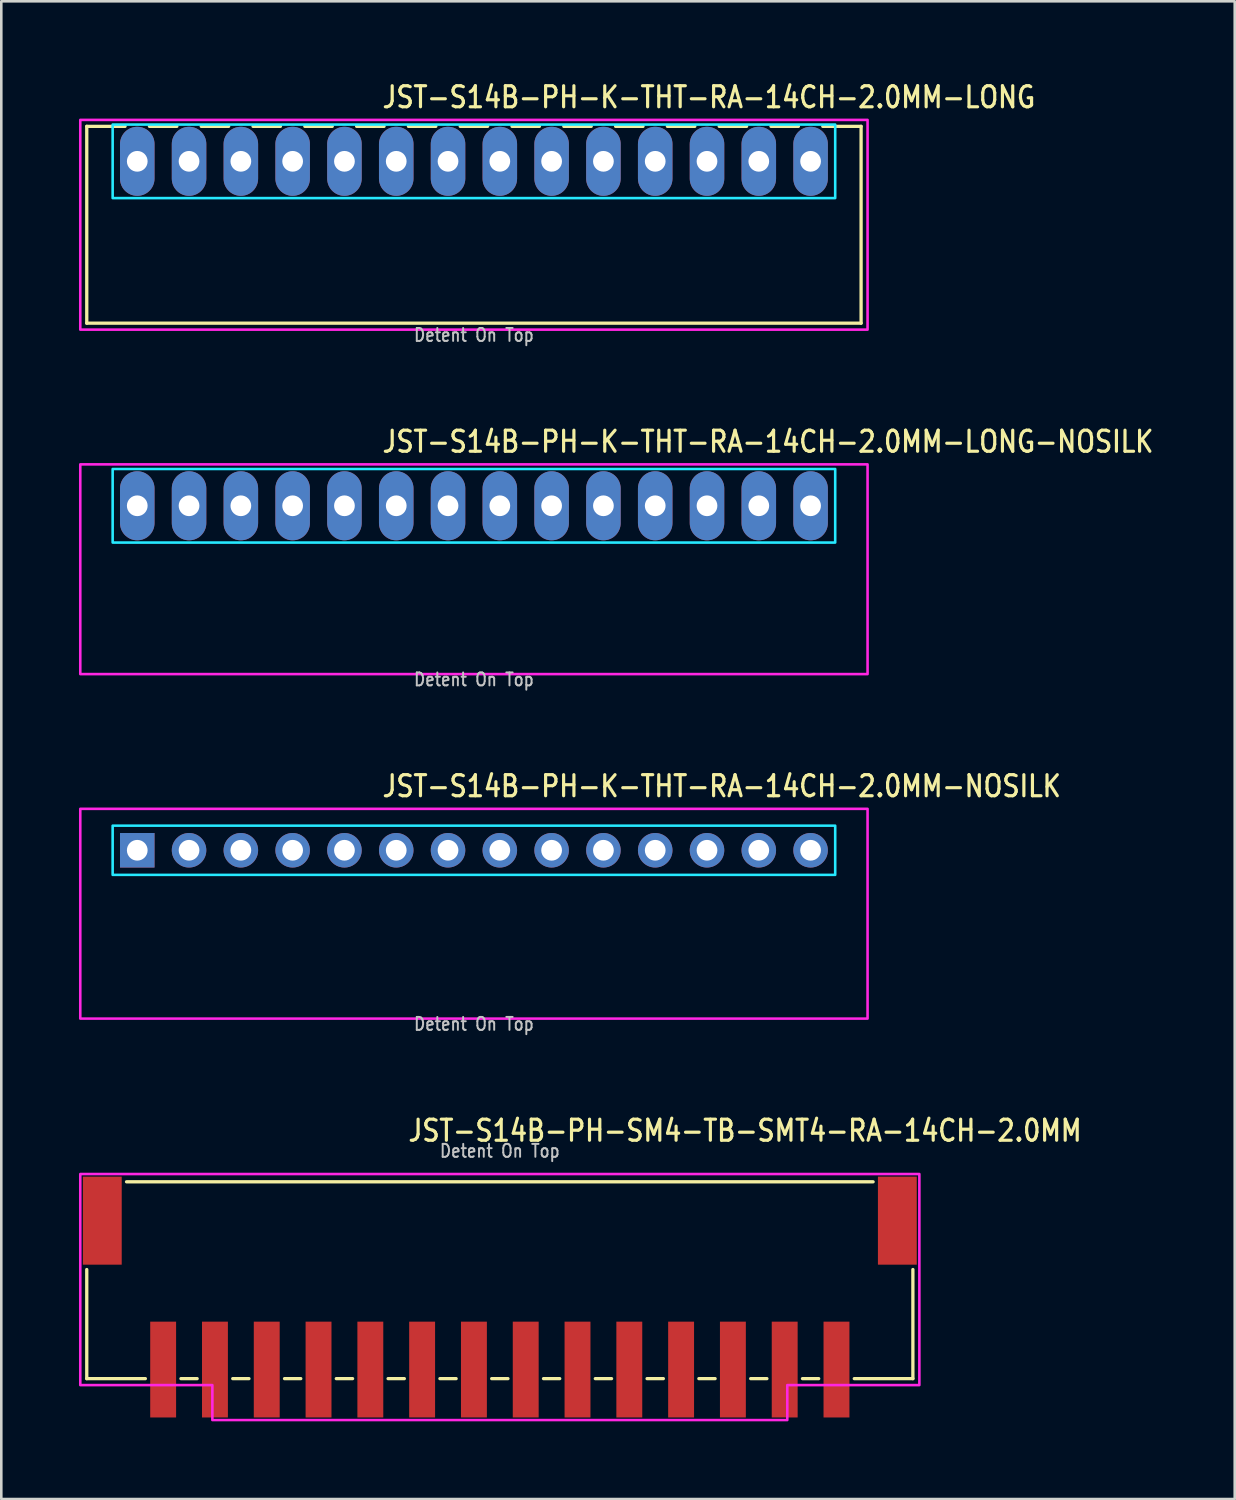
<source format=kicad_pcb>
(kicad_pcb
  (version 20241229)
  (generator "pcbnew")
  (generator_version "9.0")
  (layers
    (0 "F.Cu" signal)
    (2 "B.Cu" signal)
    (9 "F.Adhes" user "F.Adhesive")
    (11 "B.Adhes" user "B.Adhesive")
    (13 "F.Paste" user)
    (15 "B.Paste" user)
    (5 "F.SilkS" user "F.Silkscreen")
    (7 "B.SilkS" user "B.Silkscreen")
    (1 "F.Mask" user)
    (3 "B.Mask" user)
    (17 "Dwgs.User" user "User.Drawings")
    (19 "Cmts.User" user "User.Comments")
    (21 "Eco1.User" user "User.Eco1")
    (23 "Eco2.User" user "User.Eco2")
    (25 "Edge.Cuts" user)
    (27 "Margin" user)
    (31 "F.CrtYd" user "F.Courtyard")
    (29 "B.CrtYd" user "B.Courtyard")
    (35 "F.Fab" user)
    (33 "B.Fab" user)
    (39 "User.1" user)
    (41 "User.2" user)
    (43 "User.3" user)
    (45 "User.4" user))
  (footprint "JST-S14B-PH-K-THT-RA-14CH-2.0MM-NOSILK"
    (layer "F.Cu")
    (at 15.25 29.782)
    (property "Reference" "JST-S14B-PH-K-THT-RA-14CH-2.0MM-NOSILK" (at -3.6 -2 0) (unlocked yes) (layer "F.SilkS") (effects (font (size 0.813 0.695) (thickness 0.122)) (justify left bottom)))
    (fp_poly (pts (xy -13.95 -0.95) (xy -13.95 0.95) (xy 13.95 0.95) (xy 13.95 -0.95)) (stroke (width 0.1) (type solid)) (fill no) (layer "B.CrtYd"))
    (fp_poly (pts (xy -15.2 -1.6) (xy -15.2 6.5) (xy 15.2 6.5) (xy 15.2 -1.6)) (stroke (width 0.1) (type solid)) (fill no) (layer "F.CrtYd"))
    (fp_text user "Detent On Top" (at 0 7 0) (unlocked yes) (layer "Dwgs.User") (effects (font (size 0.5 0.427) (thickness 0.075)) (justify bottom)))
    (pad "1" thru_hole rect (at -13 0) (size 1.333 1.333) (drill 0.8) (layers "*.Cu" "*.Mask"))
    (pad "2" thru_hole oval (at -11 0) (size 1.333 1.333) (drill 0.8) (layers "*.Cu" "*.Mask"))
    (pad "3" thru_hole oval (at -9 0) (size 1.333 1.333) (drill 0.8) (layers "*.Cu" "*.Mask"))
    (pad "4" thru_hole oval (at -7 0) (size 1.333 1.333) (drill 0.8) (layers "*.Cu" "*.Mask"))
    (pad "5" thru_hole oval (at -5 0) (size 1.333 1.333) (drill 0.8) (layers "*.Cu" "*.Mask"))
    (pad "6" thru_hole oval (at -3 0) (size 1.333 1.333) (drill 0.8) (layers "*.Cu" "*.Mask"))
    (pad "7" thru_hole oval (at -1 0) (size 1.333 1.333) (drill 0.8) (layers "*.Cu" "*.Mask"))
    (pad "8" thru_hole oval (at 1 0) (size 1.333 1.333) (drill 0.8) (layers "*.Cu" "*.Mask"))
    (pad "9" thru_hole oval (at 3 0) (size 1.333 1.333) (drill 0.8) (layers "*.Cu" "*.Mask"))
    (pad "10" thru_hole oval (at 5 0) (size 1.333 1.333) (drill 0.8) (layers "*.Cu" "*.Mask"))
    (pad "11" thru_hole oval (at 7 0) (size 1.333 1.333) (drill 0.8) (layers "*.Cu" "*.Mask"))
    (pad "12" thru_hole oval (at 9 0) (size 1.333 1.333) (drill 0.8) (layers "*.Cu" "*.Mask"))
    (pad "13" thru_hole oval (at 11 0) (size 1.333 1.333) (drill 0.8) (layers "*.Cu" "*.Mask"))
    (pad "14" thru_hole oval (at 13 0) (size 1.333 1.333) (drill 0.8) (layers "*.Cu" "*.Mask")))
  (footprint "JST-S14B-PH-K-THT-RA-14CH-2.0MM-LONG"
    (layer "F.Cu")
    (at 15.25 3.179)
    (property "Reference" "JST-S14B-PH-K-THT-RA-14CH-2.0MM-LONG" (at -3.6 -2 0) (unlocked yes) (layer "F.SilkS") (effects (font (size 0.813 0.695) (thickness 0.122)) (justify left bottom)))
    (fp_line (start -14.95 -1.35) (end -13.471 -1.35) (stroke (width 0.127) (type solid)) (layer "F.SilkS"))
    (fp_line (start -14.95 6.25) (end -14.95 -1.35) (stroke (width 0.127) (type solid)) (layer "F.SilkS"))
    (fp_line (start -14.95 6.25) (end 14.95 6.25) (stroke (width 0.127) (type solid)) (layer "F.SilkS"))
    (fp_line (start -12.529 -1.35) (end -11.471 -1.35) (stroke (width 0.127) (type solid)) (layer "F.SilkS"))
    (fp_line (start -10.529 -1.35) (end -9.471 -1.35) (stroke (width 0.127) (type solid)) (layer "F.SilkS"))
    (fp_line (start -8.529 -1.35) (end -7.471 -1.35) (stroke (width 0.127) (type solid)) (layer "F.SilkS"))
    (fp_line (start -6.529 -1.35) (end -5.471 -1.35) (stroke (width 0.127) (type solid)) (layer "F.SilkS"))
    (fp_line (start -4.529 -1.35) (end -3.471 -1.35) (stroke (width 0.127) (type solid)) (layer "F.SilkS"))
    (fp_line (start -2.529 -1.35) (end -1.471 -1.35) (stroke (width 0.127) (type solid)) (layer "F.SilkS"))
    (fp_line (start -0.529 -1.35) (end 0.529 -1.35) (stroke (width 0.127) (type solid)) (layer "F.SilkS"))
    (fp_line (start 1.471 -1.35) (end 2.529 -1.35) (stroke (width 0.127) (type solid)) (layer "F.SilkS"))
    (fp_line (start 3.471 -1.35) (end 4.529 -1.35) (stroke (width 0.127) (type solid)) (layer "F.SilkS"))
    (fp_line (start 5.471 -1.35) (end 6.529 -1.35) (stroke (width 0.127) (type solid)) (layer "F.SilkS"))
    (fp_line (start 7.471 -1.35) (end 8.529 -1.35) (stroke (width 0.127) (type solid)) (layer "F.SilkS"))
    (fp_line (start 9.471 -1.35) (end 10.529 -1.35) (stroke (width 0.127) (type solid)) (layer "F.SilkS"))
    (fp_line (start 11.471 -1.35) (end 12.529 -1.35) (stroke (width 0.127) (type solid)) (layer "F.SilkS"))
    (fp_line (start 13.471 -1.35) (end 14.95 -1.35) (stroke (width 0.127) (type solid)) (layer "F.SilkS"))
    (fp_line (start 14.95 -1.35) (end 14.95 6.25) (stroke (width 0.127) (type solid)) (layer "F.SilkS"))
    (fp_poly (pts (xy -13.95 -1.42) (xy -13.95 1.42) (xy 13.95 1.42) (xy 13.95 -1.42)) (stroke (width 0.1) (type solid)) (fill no) (layer "B.CrtYd"))
    (fp_poly (pts (xy -15.2 -1.6) (xy -15.2 6.5) (xy 15.2 6.5) (xy 15.2 -1.6)) (stroke (width 0.1) (type solid)) (fill no) (layer "F.CrtYd"))
    (fp_text user "Detent On Top" (at 0 7 0) (unlocked yes) (layer "Dwgs.User") (effects (font (size 0.5 0.427) (thickness 0.075)) (justify bottom)))
    (pad "P$1" thru_hole oval (at -13 0 90) (size 2.667 1.333) (drill 0.8) (layers "*.Cu" "*.Mask"))
    (pad "P$2" thru_hole oval (at -11 0 90) (size 2.667 1.333) (drill 0.8) (layers "*.Cu" "*.Mask"))
    (pad "P$3" thru_hole oval (at -9 0 90) (size 2.667 1.333) (drill 0.8) (layers "*.Cu" "*.Mask"))
    (pad "P$4" thru_hole oval (at -7 0 90) (size 2.667 1.333) (drill 0.8) (layers "*.Cu" "*.Mask"))
    (pad "P$5" thru_hole oval (at -5 0 90) (size 2.667 1.333) (drill 0.8) (layers "*.Cu" "*.Mask"))
    (pad "P$6" thru_hole oval (at -3 0 90) (size 2.667 1.333) (drill 0.8) (layers "*.Cu" "*.Mask"))
    (pad "P$7" thru_hole oval (at -1 0 90) (size 2.667 1.333) (drill 0.8) (layers "*.Cu" "*.Mask"))
    (pad "P$8" thru_hole oval (at 1 0 90) (size 2.667 1.333) (drill 0.8) (layers "*.Cu" "*.Mask"))
    (pad "P$9" thru_hole oval (at 3 0 90) (size 2.667 1.333) (drill 0.8) (layers "*.Cu" "*.Mask"))
    (pad "P$10" thru_hole oval (at 5 0 90) (size 2.667 1.333) (drill 0.8) (layers "*.Cu" "*.Mask"))
    (pad "P$11" thru_hole oval (at 7 0 90) (size 2.667 1.333) (drill 0.8) (layers "*.Cu" "*.Mask"))
    (pad "P$12" thru_hole oval (at 9 0 90) (size 2.667 1.333) (drill 0.8) (layers "*.Cu" "*.Mask"))
    (pad "P$13" thru_hole oval (at 11 0 90) (size 2.667 1.333) (drill 0.8) (layers "*.Cu" "*.Mask"))
    (pad "P$14" thru_hole oval (at 13 0 90) (size 2.667 1.333) (drill 0.8) (layers "*.Cu" "*.Mask")))
  (footprint "JST-S14B-PH-SM4-TB-SMT4-RA-14CH-2.0MM"
    (layer "F.Cu")
    (at 16.25 44.084)
    (property "Reference" "JST-S14B-PH-SM4-TB-SMT4-RA-14CH-2.0MM" (at -3.6 -3 0) (unlocked yes) (layer "F.SilkS") (effects (font (size 0.813 0.695) (thickness 0.122)) (justify left bottom)))
    (fp_line (start -15.95 6.1) (end -15.95 1.887) (stroke (width 0.127) (type solid)) (layer "F.SilkS"))
    (fp_line (start -15.95 6.1) (end -13.687 6.1) (stroke (width 0.127) (type solid)) (layer "F.SilkS"))
    (fp_line (start -14.414 -1.5) (end 14.414 -1.5) (stroke (width 0.127) (type solid)) (layer "F.SilkS"))
    (fp_line (start -12.313 6.1) (end -11.687 6.1) (stroke (width 0.127) (type solid)) (layer "F.SilkS"))
    (fp_line (start -10.313 6.1) (end -9.687 6.1) (stroke (width 0.127) (type solid)) (layer "F.SilkS"))
    (fp_line (start -8.313 6.1) (end -7.686 6.1) (stroke (width 0.127) (type solid)) (layer "F.SilkS"))
    (fp_line (start -6.314 6.1) (end -5.686 6.1) (stroke (width 0.127) (type solid)) (layer "F.SilkS"))
    (fp_line (start -4.314 6.1) (end -3.687 6.1) (stroke (width 0.127) (type solid)) (layer "F.SilkS"))
    (fp_line (start -2.313 6.1) (end -1.687 6.1) (stroke (width 0.127) (type solid)) (layer "F.SilkS"))
    (fp_line (start -0.314 6.1) (end 0.314 6.1) (stroke (width 0.127) (type solid)) (layer "F.SilkS"))
    (fp_line (start 1.687 6.1) (end 2.313 6.1) (stroke (width 0.127) (type solid)) (layer "F.SilkS"))
    (fp_line (start 3.687 6.1) (end 4.314 6.1) (stroke (width 0.127) (type solid)) (layer "F.SilkS"))
    (fp_line (start 5.686 6.1) (end 6.314 6.1) (stroke (width 0.127) (type solid)) (layer "F.SilkS"))
    (fp_line (start 7.686 6.1) (end 8.313 6.1) (stroke (width 0.127) (type solid)) (layer "F.SilkS"))
    (fp_line (start 9.687 6.1) (end 10.313 6.1) (stroke (width 0.127) (type solid)) (layer "F.SilkS"))
    (fp_line (start 11.687 6.1) (end 12.313 6.1) (stroke (width 0.127) (type solid)) (layer "F.SilkS"))
    (fp_line (start 13.687 6.1) (end 15.95 6.1) (stroke (width 0.127) (type solid)) (layer "F.SilkS"))
    (fp_line (start 15.95 1.887) (end 15.95 6.1) (stroke (width 0.127) (type solid)) (layer "F.SilkS"))
    (fp_poly (pts (xy -16.2 -1.8) (xy -16.2 6.35) (xy -11.1 6.35) (xy -11.1 7.7) (xy 11.1 7.7) (xy 11.1 6.35) (xy 16.2 6.35) (xy 16.2 -1.8)) (stroke (width 0.1) (type solid)) (fill no) (layer "F.CrtYd"))
    (fp_text user "Detent On Top" (at 0 -2.4 0) (unlocked yes) (layer "Dwgs.User") (effects (font (size 0.5 0.427) (thickness 0.075)) (justify bottom)))
    (pad "1" smd rect (at 13 5.75) (size 1 3.7) (layers "F.Cu" "F.Mask" "F.Paste"))
    (pad "2" smd rect (at 11 5.75) (size 1 3.7) (layers "F.Cu" "F.Mask" "F.Paste"))
    (pad "3" smd rect (at 9 5.75) (size 1 3.7) (layers "F.Cu" "F.Mask" "F.Paste"))
    (pad "4" smd rect (at 7 5.75) (size 1 3.7) (layers "F.Cu" "F.Mask" "F.Paste"))
    (pad "5" smd rect (at 5 5.75) (size 1 3.7) (layers "F.Cu" "F.Mask" "F.Paste"))
    (pad "6" smd rect (at 3 5.75) (size 1 3.7) (layers "F.Cu" "F.Mask" "F.Paste"))
    (pad "7" smd rect (at 1 5.75) (size 1 3.7) (layers "F.Cu" "F.Mask" "F.Paste"))
    (pad "8" smd rect (at -1 5.75) (size 1 3.7) (layers "F.Cu" "F.Mask" "F.Paste"))
    (pad "9" smd rect (at -3 5.75) (size 1 3.7) (layers "F.Cu" "F.Mask" "F.Paste"))
    (pad "10" smd rect (at -5 5.75) (size 1 3.7) (layers "F.Cu" "F.Mask" "F.Paste"))
    (pad "11" smd rect (at -7 5.75) (size 1 3.7) (layers "F.Cu" "F.Mask" "F.Paste"))
    (pad "12" smd rect (at -9 5.75) (size 1 3.7) (layers "F.Cu" "F.Mask" "F.Paste"))
    (pad "13" smd rect (at -11 5.75) (size 1 3.7) (layers "F.Cu" "F.Mask" "F.Paste"))
    (pad "14" smd rect (at -13 5.75) (size 1 3.7) (layers "F.Cu" "F.Mask" "F.Paste"))
    (pad "S_1" smd rect (at -15.35 0) (size 1.5 3.4) (layers "F.Cu" "F.Mask" "F.Paste"))
    (pad "S_2" smd rect (at 15.35 0) (size 1.5 3.4) (layers "F.Cu" "F.Mask" "F.Paste")))
  (footprint "JST-S14B-PH-K-THT-RA-14CH-2.0MM-LONG-NOSILK"
    (layer "F.Cu")
    (at 15.25 16.48)
    (property "Reference" "JST-S14B-PH-K-THT-RA-14CH-2.0MM-LONG-NOSILK" (at -3.6 -2 0) (unlocked yes) (layer "F.SilkS") (effects (font (size 0.813 0.695) (thickness 0.122)) (justify left bottom)))
    (fp_poly (pts (xy -13.95 -1.42) (xy -13.95 1.42) (xy 13.95 1.42) (xy 13.95 -1.42)) (stroke (width 0.1) (type solid)) (fill no) (layer "B.CrtYd"))
    (fp_poly (pts (xy -15.2 -1.6) (xy -15.2 6.5) (xy 15.2 6.5) (xy 15.2 -1.6)) (stroke (width 0.1) (type solid)) (fill no) (layer "F.CrtYd"))
    (fp_text user "Detent On Top" (at 0 7 0) (unlocked yes) (layer "Dwgs.User") (effects (font (size 0.5 0.427) (thickness 0.075)) (justify bottom)))
    (pad "1" thru_hole oval (at -13 0 90) (size 2.667 1.333) (drill 0.8) (layers "*.Cu" "*.Mask"))
    (pad "2" thru_hole oval (at -11 0 90) (size 2.667 1.333) (drill 0.8) (layers "*.Cu" "*.Mask"))
    (pad "3" thru_hole oval (at -9 0 90) (size 2.667 1.333) (drill 0.8) (layers "*.Cu" "*.Mask"))
    (pad "4" thru_hole oval (at -7 0 90) (size 2.667 1.333) (drill 0.8) (layers "*.Cu" "*.Mask"))
    (pad "5" thru_hole oval (at -5 0 90) (size 2.667 1.333) (drill 0.8) (layers "*.Cu" "*.Mask"))
    (pad "6" thru_hole oval (at -3 0 90) (size 2.667 1.333) (drill 0.8) (layers "*.Cu" "*.Mask"))
    (pad "7" thru_hole oval (at -1 0 90) (size 2.667 1.333) (drill 0.8) (layers "*.Cu" "*.Mask"))
    (pad "8" thru_hole oval (at 1 0 90) (size 2.667 1.333) (drill 0.8) (layers "*.Cu" "*.Mask"))
    (pad "9" thru_hole oval (at 3 0 90) (size 2.667 1.333) (drill 0.8) (layers "*.Cu" "*.Mask"))
    (pad "10" thru_hole oval (at 5 0 90) (size 2.667 1.333) (drill 0.8) (layers "*.Cu" "*.Mask"))
    (pad "11" thru_hole oval (at 7 0 90) (size 2.667 1.333) (drill 0.8) (layers "*.Cu" "*.Mask"))
    (pad "12" thru_hole oval (at 9 0 90) (size 2.667 1.333) (drill 0.8) (layers "*.Cu" "*.Mask"))
    (pad "13" thru_hole oval (at 11 0 90) (size 2.667 1.333) (drill 0.8) (layers "*.Cu" "*.Mask"))
    (pad "14" thru_hole oval (at 13 0 90) (size 2.667 1.333) (drill 0.8) (layers "*.Cu" "*.Mask")))
  (gr_rect
    (start -3 -3)
    (end 44.627 54.834)
    (stroke (width 0.1) (type default))
    (fill no)
    (layer "Edge.Cuts")))
</source>
